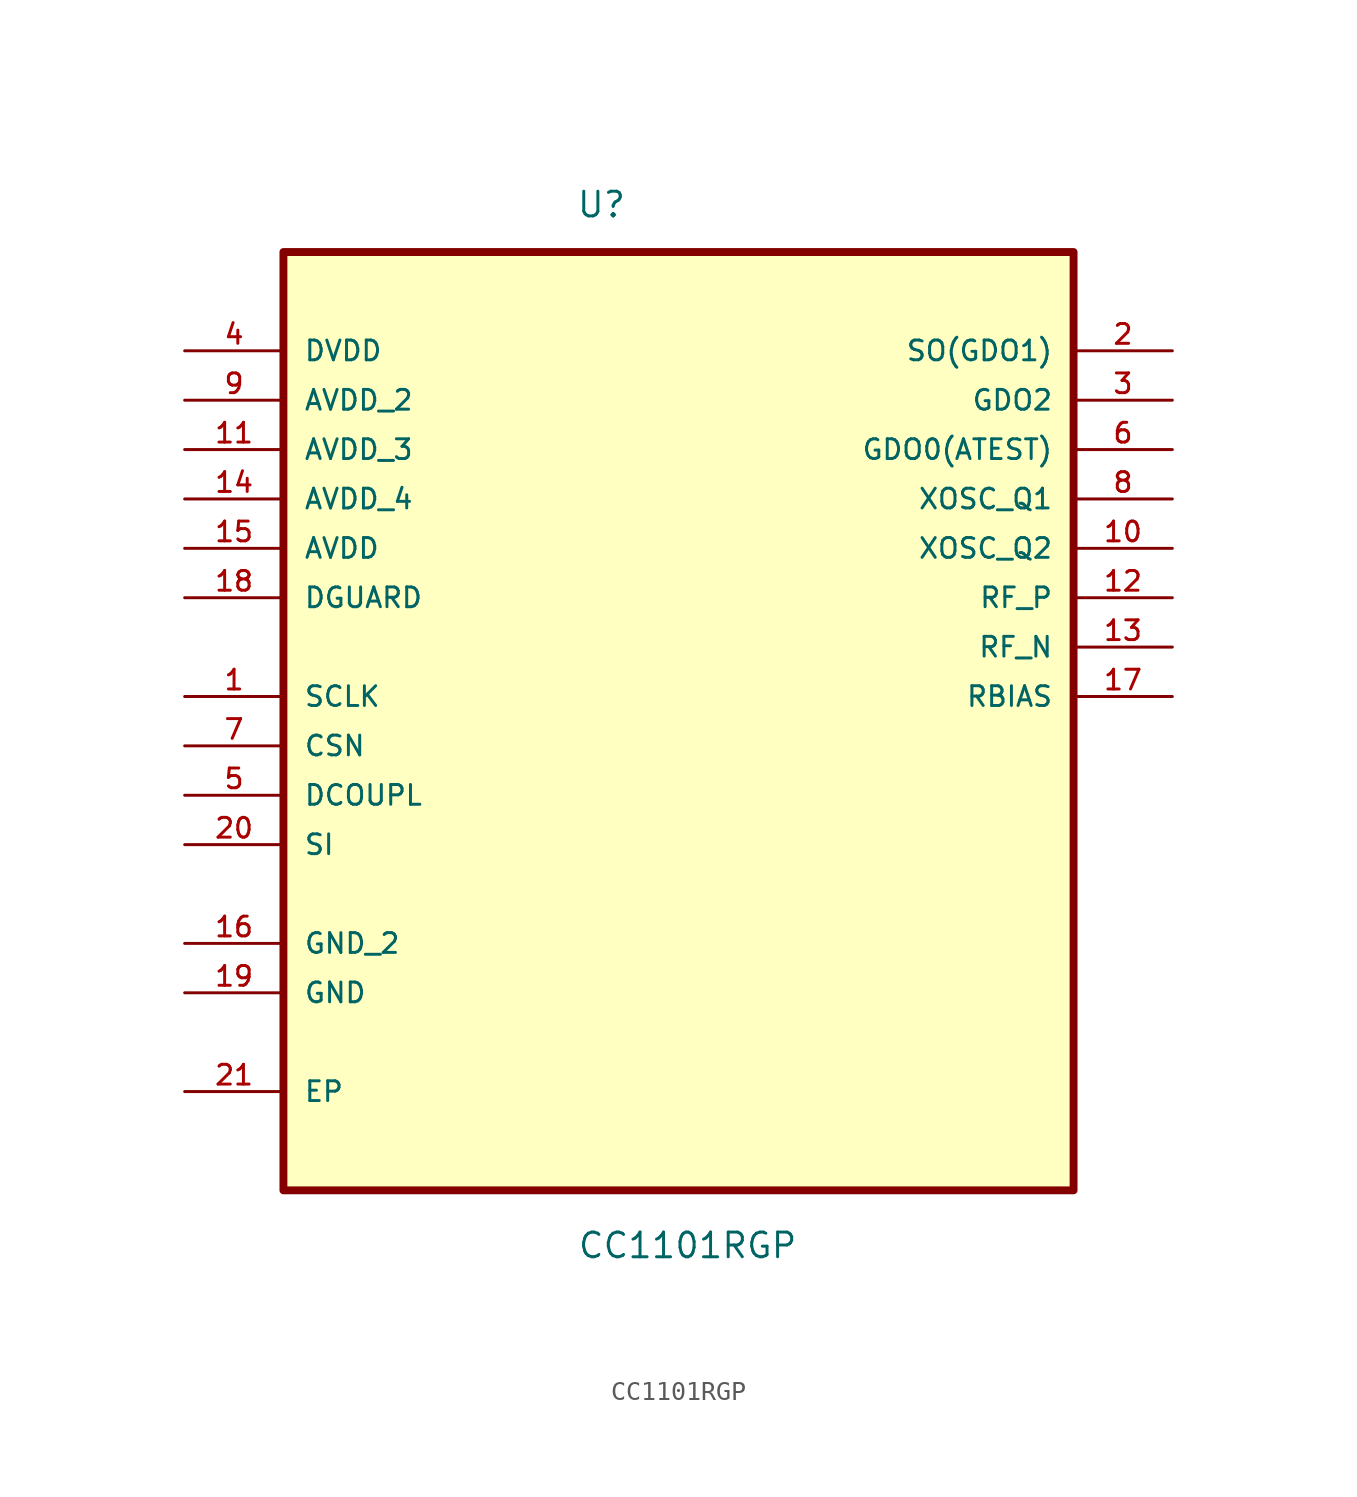
<source format=kicad_sym>
(kicad_symbol_lib
  (version 20211014)
  (generator kicad_symbol_editor)
  (symbol "CC1101RGP"
    (pin_names
      (offset 1.016))
    (property "Reference" "U"
      (at -5.275 22.015 0.0)
      (effects (font (size 1.27 1.27)) (justify bottom left)))
    (property "Value" "CC1101RGP"
      (at -5.224 -31.52 0.0)
      (effects (font (size 1.27 1.27)) (justify bottom left)))
    (symbol "CC1101RGP_0_0"
      (rectangle (start -20.32 -27.94) (end 20.32 20.32) (stroke (width 0.406)) (fill (type background)))
      (pin power_in line (at -25.4 15.24 0) (length 5.08) (name "DVDD" (effects (font (size 1.016 1.016)))) (number "4" (effects (font (size 1.016 1.016)))))
      (pin power_in line (at -25.4 12.7 0) (length 5.08) (name "AVDD_2" (effects (font (size 1.016 1.016)))) (number "9" (effects (font (size 1.016 1.016)))))
      (pin power_in line (at -25.4 10.16 0) (length 5.08) (name "AVDD_3" (effects (font (size 1.016 1.016)))) (number "11" (effects (font (size 1.016 1.016)))))
      (pin power_in line (at -25.4 7.62 0) (length 5.08) (name "AVDD_4" (effects (font (size 1.016 1.016)))) (number "14" (effects (font (size 1.016 1.016)))))
      (pin power_in line (at -25.4 5.08 0) (length 5.08) (name "AVDD" (effects (font (size 1.016 1.016)))) (number "15" (effects (font (size 1.016 1.016)))))
      (pin power_in line (at -25.4 2.54 0) (length 5.08) (name "DGUARD" (effects (font (size 1.016 1.016)))) (number "18" (effects (font (size 1.016 1.016)))))
      (pin input line (at -25.4 -2.54 0) (length 5.08) (name "SCLK" (effects (font (size 1.016 1.016)))) (number "1" (effects (font (size 1.016 1.016)))))
      (pin input line (at -25.4 -5.08 0) (length 5.08) (name "CSN" (effects (font (size 1.016 1.016)))) (number "7" (effects (font (size 1.016 1.016)))))
      (pin power_in line (at -25.4 -7.62 0) (length 5.08) (name "DCOUPL" (effects (font (size 1.016 1.016)))) (number "5" (effects (font (size 1.016 1.016)))))
      (pin input line (at -25.4 -10.16 0) (length 5.08) (name "SI" (effects (font (size 1.016 1.016)))) (number "20" (effects (font (size 1.016 1.016)))))
      (pin passive line (at -25.4 -15.24 0) (length 5.08) (name "GND_2" (effects (font (size 1.016 1.016)))) (number "16" (effects (font (size 1.016 1.016)))))
      (pin passive line (at -25.4 -17.78 0) (length 5.08) (name "GND" (effects (font (size 1.016 1.016)))) (number "19" (effects (font (size 1.016 1.016)))))
      (pin passive line (at -25.4 -22.86 0) (length 5.08) (name "EP" (effects (font (size 1.016 1.016)))) (number "21" (effects (font (size 1.016 1.016)))))
      (pin output line (at 25.4 15.24 180.0) (length 5.08) (name "SO(GDO1)" (effects (font (size 1.016 1.016)))) (number "2" (effects (font (size 1.016 1.016)))))
      (pin output line (at 25.4 12.7 180.0) (length 5.08) (name "GDO2" (effects (font (size 1.016 1.016)))) (number "3" (effects (font (size 1.016 1.016)))))
      (pin bidirectional line (at 25.4 10.16 180.0) (length 5.08) (name "GDO0(ATEST)" (effects (font (size 1.016 1.016)))) (number "6" (effects (font (size 1.016 1.016)))))
      (pin bidirectional line (at 25.4 7.62 180.0) (length 5.08) (name "XOSC_Q1" (effects (font (size 1.016 1.016)))) (number "8" (effects (font (size 1.016 1.016)))))
      (pin bidirectional line (at 25.4 5.08 180.0) (length 5.08) (name "XOSC_Q2" (effects (font (size 1.016 1.016)))) (number "10" (effects (font (size 1.016 1.016)))))
      (pin bidirectional line (at 25.4 2.54 180.0) (length 5.08) (name "RF_P" (effects (font (size 1.016 1.016)))) (number "12" (effects (font (size 1.016 1.016)))))
      (pin bidirectional line (at 25.4 0.0 180.0) (length 5.08) (name "RF_N" (effects (font (size 1.016 1.016)))) (number "13" (effects (font (size 1.016 1.016)))))
      (pin bidirectional line (at 25.4 -2.54 180.0) (length 5.08) (name "RBIAS" (effects (font (size 1.016 1.016)))) (number "17" (effects (font (size 1.016 1.016))))))))
</source>
